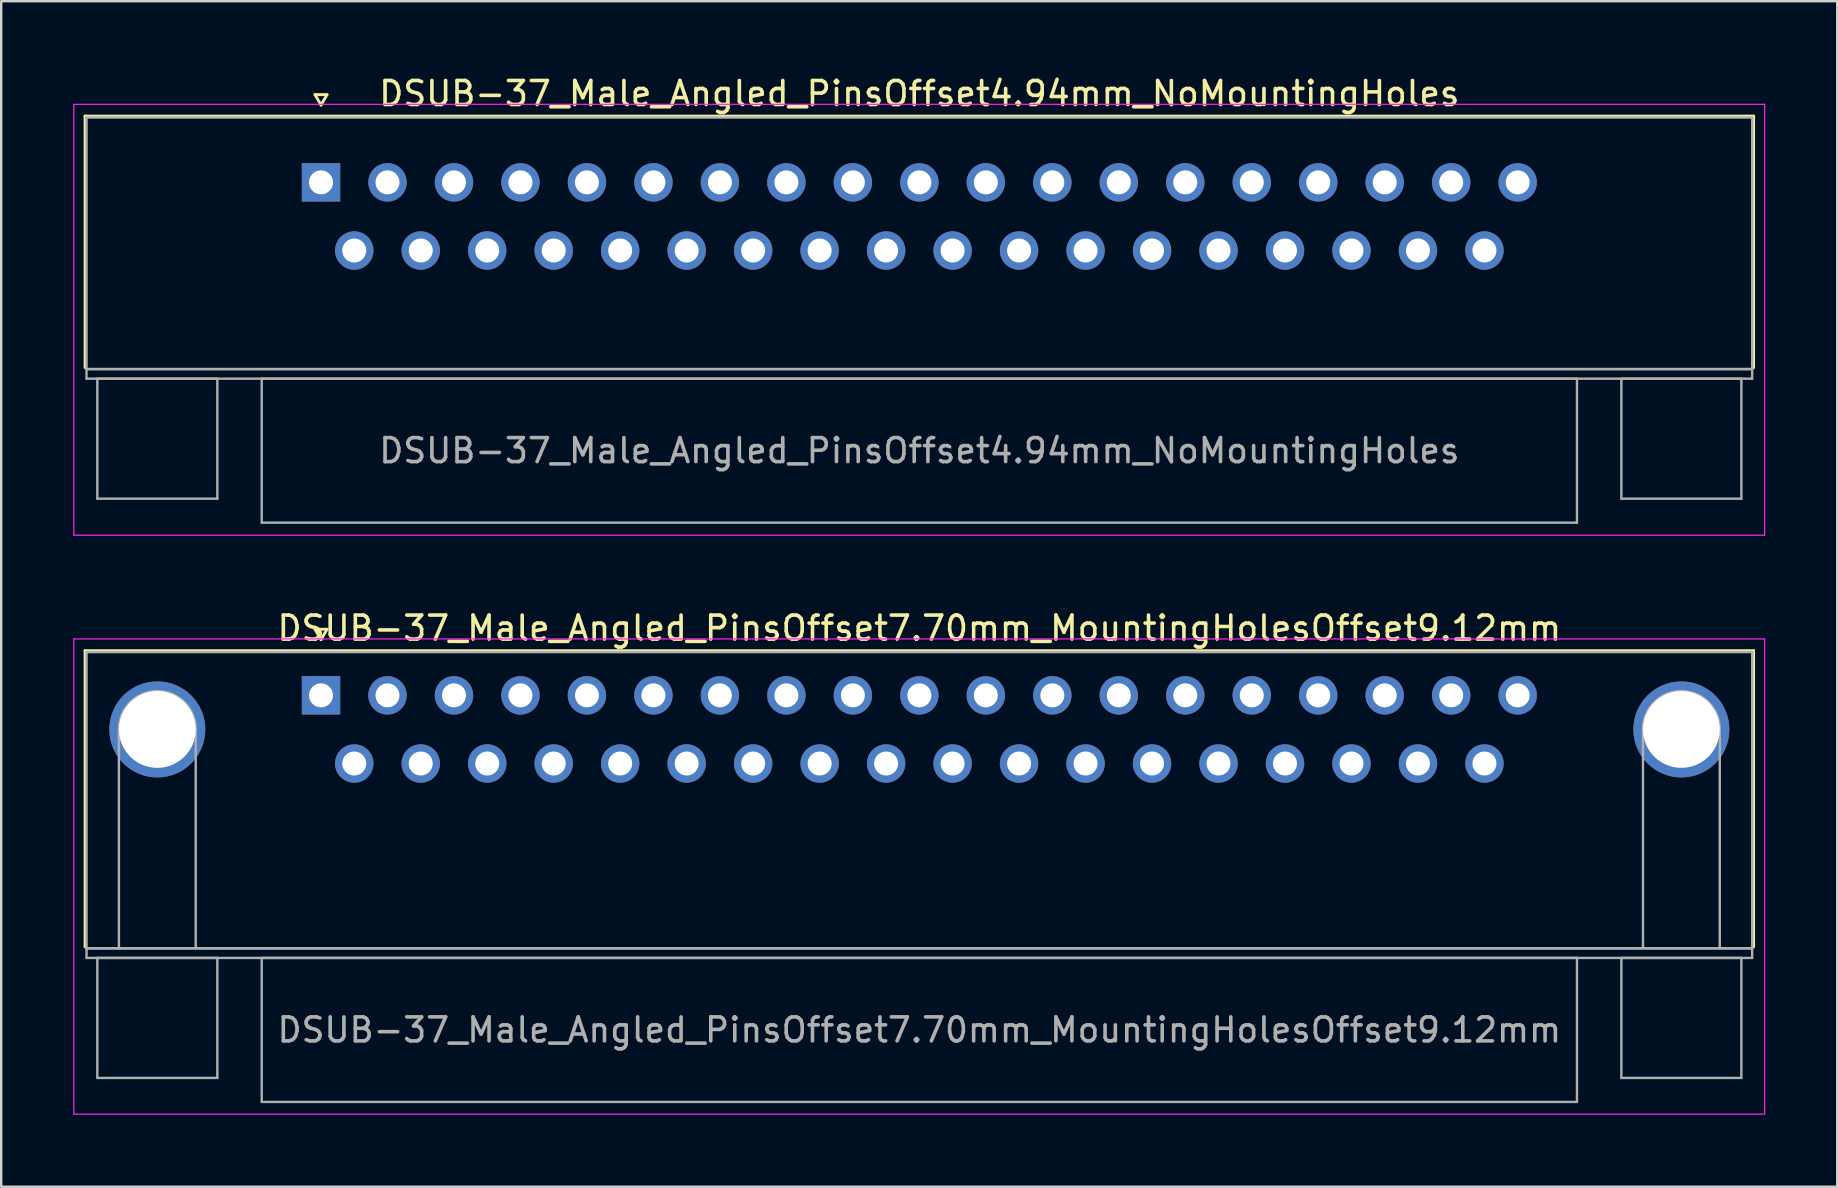
<source format=kicad_pcb>
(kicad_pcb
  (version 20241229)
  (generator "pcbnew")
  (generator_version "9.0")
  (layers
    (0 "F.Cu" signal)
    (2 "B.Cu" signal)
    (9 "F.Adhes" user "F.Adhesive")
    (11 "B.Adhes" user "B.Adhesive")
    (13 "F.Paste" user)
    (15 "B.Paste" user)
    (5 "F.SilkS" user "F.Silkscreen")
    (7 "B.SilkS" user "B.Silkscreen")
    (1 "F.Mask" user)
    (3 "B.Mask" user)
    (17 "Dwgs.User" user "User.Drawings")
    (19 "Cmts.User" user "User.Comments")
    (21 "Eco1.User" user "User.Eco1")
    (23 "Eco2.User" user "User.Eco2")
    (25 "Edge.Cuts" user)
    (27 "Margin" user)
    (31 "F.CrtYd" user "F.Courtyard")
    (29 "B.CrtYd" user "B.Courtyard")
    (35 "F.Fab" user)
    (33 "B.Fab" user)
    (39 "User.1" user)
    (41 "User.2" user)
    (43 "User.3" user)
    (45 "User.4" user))
  (footprint "DSUB-37_Male_Angled_PinsOffset4.94mm_NoMountingHoles"
    (layer "F.Cu")
    (at 10.325 4.548)
    (property "Reference" "DSUB-37_Male_Angled_PinsOffset4.94mm_NoMountingHoles" (at 24.93 -3.7 0) (layer "F.SilkS") (effects (font (size 1 1) (thickness 0.15))))
    (attr through_hole)
    (fp_line (start -9.83 -2.76) (end 59.69 -2.76) (stroke (width 0.12) (type solid)) (layer "F.SilkS"))
    (fp_line (start -9.83 7.72) (end -9.83 -2.76) (stroke (width 0.12) (type solid)) (layer "F.SilkS"))
    (fp_line (start -0.25 -3.654) (end 0.25 -3.654) (stroke (width 0.12) (type solid)) (layer "F.SilkS"))
    (fp_line (start 0 -3.221) (end -0.25 -3.654) (stroke (width 0.12) (type solid)) (layer "F.SilkS"))
    (fp_line (start 0.25 -3.654) (end 0 -3.221) (stroke (width 0.12) (type solid)) (layer "F.SilkS"))
    (fp_line (start 59.69 -2.76) (end 59.69 7.72) (stroke (width 0.12) (type solid)) (layer "F.SilkS"))
    (fp_line (start -10.3 -3.25) (end -10.3 14.7) (stroke (width 0.05) (type solid)) (layer "F.CrtYd"))
    (fp_line (start -10.3 14.7) (end 60.15 14.7) (stroke (width 0.05) (type solid)) (layer "F.CrtYd"))
    (fp_line (start 60.15 -3.25) (end -10.3 -3.25) (stroke (width 0.05) (type solid)) (layer "F.CrtYd"))
    (fp_line (start 60.15 14.7) (end 60.15 -3.25) (stroke (width 0.05) (type solid)) (layer "F.CrtYd"))
    (fp_line (start -9.77 -2.7) (end -9.77 7.78) (stroke (width 0.1) (type solid)) (layer "F.Fab"))
    (fp_line (start -9.77 7.78) (end -9.77 8.18) (stroke (width 0.1) (type solid)) (layer "F.Fab"))
    (fp_line (start -9.77 7.78) (end 59.63 7.78) (stroke (width 0.1) (type solid)) (layer "F.Fab"))
    (fp_line (start -9.77 8.18) (end 59.63 8.18) (stroke (width 0.1) (type solid)) (layer "F.Fab"))
    (fp_line (start -9.32 8.18) (end -9.32 13.18) (stroke (width 0.1) (type solid)) (layer "F.Fab"))
    (fp_line (start -9.32 13.18) (end -4.32 13.18) (stroke (width 0.1) (type solid)) (layer "F.Fab"))
    (fp_line (start -4.32 8.18) (end -9.32 8.18) (stroke (width 0.1) (type solid)) (layer "F.Fab"))
    (fp_line (start -4.32 13.18) (end -4.32 8.18) (stroke (width 0.1) (type solid)) (layer "F.Fab"))
    (fp_line (start -2.47 8.18) (end -2.47 14.18) (stroke (width 0.1) (type solid)) (layer "F.Fab"))
    (fp_line (start -2.47 14.18) (end 52.33 14.18) (stroke (width 0.1) (type solid)) (layer "F.Fab"))
    (fp_line (start 52.33 8.18) (end -2.47 8.18) (stroke (width 0.1) (type solid)) (layer "F.Fab"))
    (fp_line (start 52.33 14.18) (end 52.33 8.18) (stroke (width 0.1) (type solid)) (layer "F.Fab"))
    (fp_line (start 54.18 8.18) (end 54.18 13.18) (stroke (width 0.1) (type solid)) (layer "F.Fab"))
    (fp_line (start 54.18 13.18) (end 59.18 13.18) (stroke (width 0.1) (type solid)) (layer "F.Fab"))
    (fp_line (start 59.18 8.18) (end 54.18 8.18) (stroke (width 0.1) (type solid)) (layer "F.Fab"))
    (fp_line (start 59.18 13.18) (end 59.18 8.18) (stroke (width 0.1) (type solid)) (layer "F.Fab"))
    (fp_line (start 59.63 -2.7) (end -9.77 -2.7) (stroke (width 0.1) (type solid)) (layer "F.Fab"))
    (fp_line (start 59.63 7.78) (end -9.77 7.78) (stroke (width 0.1) (type solid)) (layer "F.Fab"))
    (fp_line (start 59.63 7.78) (end 59.63 -2.7) (stroke (width 0.1) (type solid)) (layer "F.Fab"))
    (fp_line (start 59.63 8.18) (end 59.63 7.78) (stroke (width 0.1) (type solid)) (layer "F.Fab"))
    (fp_text user "${REFERENCE}" (at 24.93 11.18 0) (layer "F.Fab") (effects (font (size 1 1) (thickness 0.15))))
    (pad "1" thru_hole rect (at 0 0) (size 1.6 1.6) (drill 1) (layers "*.Cu" "*.Mask"))
    (pad "2" thru_hole circle (at 2.77 0) (size 1.6 1.6) (drill 1) (layers "*.Cu" "*.Mask"))
    (pad "3" thru_hole circle (at 5.54 0) (size 1.6 1.6) (drill 1) (layers "*.Cu" "*.Mask"))
    (pad "4" thru_hole circle (at 8.31 0) (size 1.6 1.6) (drill 1) (layers "*.Cu" "*.Mask"))
    (pad "5" thru_hole circle (at 11.08 0) (size 1.6 1.6) (drill 1) (layers "*.Cu" "*.Mask"))
    (pad "6" thru_hole circle (at 13.85 0) (size 1.6 1.6) (drill 1) (layers "*.Cu" "*.Mask"))
    (pad "7" thru_hole circle (at 16.62 0) (size 1.6 1.6) (drill 1) (layers "*.Cu" "*.Mask"))
    (pad "8" thru_hole circle (at 19.39 0) (size 1.6 1.6) (drill 1) (layers "*.Cu" "*.Mask"))
    (pad "9" thru_hole circle (at 22.16 0) (size 1.6 1.6) (drill 1) (layers "*.Cu" "*.Mask"))
    (pad "10" thru_hole circle (at 24.93 0) (size 1.6 1.6) (drill 1) (layers "*.Cu" "*.Mask"))
    (pad "11" thru_hole circle (at 27.7 0) (size 1.6 1.6) (drill 1) (layers "*.Cu" "*.Mask"))
    (pad "12" thru_hole circle (at 30.47 0) (size 1.6 1.6) (drill 1) (layers "*.Cu" "*.Mask"))
    (pad "13" thru_hole circle (at 33.24 0) (size 1.6 1.6) (drill 1) (layers "*.Cu" "*.Mask"))
    (pad "14" thru_hole circle (at 36.01 0) (size 1.6 1.6) (drill 1) (layers "*.Cu" "*.Mask"))
    (pad "15" thru_hole circle (at 38.78 0) (size 1.6 1.6) (drill 1) (layers "*.Cu" "*.Mask"))
    (pad "16" thru_hole circle (at 41.55 0) (size 1.6 1.6) (drill 1) (layers "*.Cu" "*.Mask"))
    (pad "17" thru_hole circle (at 44.32 0) (size 1.6 1.6) (drill 1) (layers "*.Cu" "*.Mask"))
    (pad "18" thru_hole circle (at 47.09 0) (size 1.6 1.6) (drill 1) (layers "*.Cu" "*.Mask"))
    (pad "19" thru_hole circle (at 49.86 0) (size 1.6 1.6) (drill 1) (layers "*.Cu" "*.Mask"))
    (pad "20" thru_hole circle (at 1.385 2.84) (size 1.6 1.6) (drill 1) (layers "*.Cu" "*.Mask"))
    (pad "21" thru_hole circle (at 4.155 2.84) (size 1.6 1.6) (drill 1) (layers "*.Cu" "*.Mask"))
    (pad "22" thru_hole circle (at 6.925 2.84) (size 1.6 1.6) (drill 1) (layers "*.Cu" "*.Mask"))
    (pad "23" thru_hole circle (at 9.695 2.84) (size 1.6 1.6) (drill 1) (layers "*.Cu" "*.Mask"))
    (pad "24" thru_hole circle (at 12.465 2.84) (size 1.6 1.6) (drill 1) (layers "*.Cu" "*.Mask"))
    (pad "25" thru_hole circle (at 15.235 2.84) (size 1.6 1.6) (drill 1) (layers "*.Cu" "*.Mask"))
    (pad "26" thru_hole circle (at 18.005 2.84) (size 1.6 1.6) (drill 1) (layers "*.Cu" "*.Mask"))
    (pad "27" thru_hole circle (at 20.775 2.84) (size 1.6 1.6) (drill 1) (layers "*.Cu" "*.Mask"))
    (pad "28" thru_hole circle (at 23.545 2.84) (size 1.6 1.6) (drill 1) (layers "*.Cu" "*.Mask"))
    (pad "29" thru_hole circle (at 26.315 2.84) (size 1.6 1.6) (drill 1) (layers "*.Cu" "*.Mask"))
    (pad "30" thru_hole circle (at 29.085 2.84) (size 1.6 1.6) (drill 1) (layers "*.Cu" "*.Mask"))
    (pad "31" thru_hole circle (at 31.855 2.84) (size 1.6 1.6) (drill 1) (layers "*.Cu" "*.Mask"))
    (pad "32" thru_hole circle (at 34.625 2.84) (size 1.6 1.6) (drill 1) (layers "*.Cu" "*.Mask"))
    (pad "33" thru_hole circle (at 37.395 2.84) (size 1.6 1.6) (drill 1) (layers "*.Cu" "*.Mask"))
    (pad "34" thru_hole circle (at 40.165 2.84) (size 1.6 1.6) (drill 1) (layers "*.Cu" "*.Mask"))
    (pad "35" thru_hole circle (at 42.935 2.84) (size 1.6 1.6) (drill 1) (layers "*.Cu" "*.Mask"))
    (pad "36" thru_hole circle (at 45.705 2.84) (size 1.6 1.6) (drill 1) (layers "*.Cu" "*.Mask"))
    (pad "37" thru_hole circle (at 48.475 2.84) (size 1.6 1.6) (drill 1) (layers "*.Cu" "*.Mask")))
  (footprint "DSUB-37_Male_Angled_PinsOffset7.70mm_MountingHolesOffset9.12mm"
    (layer "F.Cu")
    (at 10.325 25.922)
    (property "Reference" "DSUB-37_Male_Angled_PinsOffset7.70mm_MountingHolesOffset9.12mm" (at 24.93 -2.8 0) (layer "F.SilkS") (effects (font (size 1 1) (thickness 0.15))))
    (attr through_hole)
    (fp_line (start -9.83 -1.86) (end 59.69 -1.86) (stroke (width 0.12) (type solid)) (layer "F.SilkS"))
    (fp_line (start -9.83 10.48) (end -9.83 -1.86) (stroke (width 0.12) (type solid)) (layer "F.SilkS"))
    (fp_line (start -0.25 -2.754) (end 0.25 -2.754) (stroke (width 0.12) (type solid)) (layer "F.SilkS"))
    (fp_line (start 0 -2.321) (end -0.25 -2.754) (stroke (width 0.12) (type solid)) (layer "F.SilkS"))
    (fp_line (start 0.25 -2.754) (end 0 -2.321) (stroke (width 0.12) (type solid)) (layer "F.SilkS"))
    (fp_line (start 59.69 -1.86) (end 59.69 10.48) (stroke (width 0.12) (type solid)) (layer "F.SilkS"))
    (fp_line (start -10.3 -2.35) (end -10.3 17.45) (stroke (width 0.05) (type solid)) (layer "F.CrtYd"))
    (fp_line (start -10.3 17.45) (end 60.15 17.45) (stroke (width 0.05) (type solid)) (layer "F.CrtYd"))
    (fp_line (start 60.15 -2.35) (end -10.3 -2.35) (stroke (width 0.05) (type solid)) (layer "F.CrtYd"))
    (fp_line (start 60.15 17.45) (end 60.15 -2.35) (stroke (width 0.05) (type solid)) (layer "F.CrtYd"))
    (fp_line (start -9.77 -1.8) (end -9.77 10.54) (stroke (width 0.1) (type solid)) (layer "F.Fab"))
    (fp_line (start -9.77 10.54) (end -9.77 10.94) (stroke (width 0.1) (type solid)) (layer "F.Fab"))
    (fp_line (start -9.77 10.54) (end 59.63 10.54) (stroke (width 0.1) (type solid)) (layer "F.Fab"))
    (fp_line (start -9.77 10.94) (end 59.63 10.94) (stroke (width 0.1) (type solid)) (layer "F.Fab"))
    (fp_line (start -9.32 10.94) (end -9.32 15.94) (stroke (width 0.1) (type solid)) (layer "F.Fab"))
    (fp_line (start -9.32 15.94) (end -4.32 15.94) (stroke (width 0.1) (type solid)) (layer "F.Fab"))
    (fp_line (start -8.42 10.54) (end -8.42 1.42) (stroke (width 0.1) (type solid)) (layer "F.Fab"))
    (fp_line (start -5.22 10.54) (end -5.22 1.42) (stroke (width 0.1) (type solid)) (layer "F.Fab"))
    (fp_line (start -4.32 10.94) (end -9.32 10.94) (stroke (width 0.1) (type solid)) (layer "F.Fab"))
    (fp_line (start -4.32 15.94) (end -4.32 10.94) (stroke (width 0.1) (type solid)) (layer "F.Fab"))
    (fp_line (start -2.47 10.94) (end -2.47 16.94) (stroke (width 0.1) (type solid)) (layer "F.Fab"))
    (fp_line (start -2.47 16.94) (end 52.33 16.94) (stroke (width 0.1) (type solid)) (layer "F.Fab"))
    (fp_line (start 52.33 10.94) (end -2.47 10.94) (stroke (width 0.1) (type solid)) (layer "F.Fab"))
    (fp_line (start 52.33 16.94) (end 52.33 10.94) (stroke (width 0.1) (type solid)) (layer "F.Fab"))
    (fp_line (start 54.18 10.94) (end 54.18 15.94) (stroke (width 0.1) (type solid)) (layer "F.Fab"))
    (fp_line (start 54.18 15.94) (end 59.18 15.94) (stroke (width 0.1) (type solid)) (layer "F.Fab"))
    (fp_line (start 55.08 10.54) (end 55.08 1.42) (stroke (width 0.1) (type solid)) (layer "F.Fab"))
    (fp_line (start 58.28 10.54) (end 58.28 1.42) (stroke (width 0.1) (type solid)) (layer "F.Fab"))
    (fp_line (start 59.18 10.94) (end 54.18 10.94) (stroke (width 0.1) (type solid)) (layer "F.Fab"))
    (fp_line (start 59.18 15.94) (end 59.18 10.94) (stroke (width 0.1) (type solid)) (layer "F.Fab"))
    (fp_line (start 59.63 -1.8) (end -9.77 -1.8) (stroke (width 0.1) (type solid)) (layer "F.Fab"))
    (fp_line (start 59.63 10.54) (end -9.77 10.54) (stroke (width 0.1) (type solid)) (layer "F.Fab"))
    (fp_line (start 59.63 10.54) (end 59.63 -1.8) (stroke (width 0.1) (type solid)) (layer "F.Fab"))
    (fp_line (start 59.63 10.94) (end 59.63 10.54) (stroke (width 0.1) (type solid)) (layer "F.Fab"))
    (fp_arc (start -8.42 1.42) (mid -6.82 -0.18) (end -5.22 1.42) (stroke (width 0.1) (type solid)) (layer "F.Fab"))
    (fp_arc (start 55.08 1.42) (mid 56.68 -0.18) (end 58.28 1.42) (stroke (width 0.1) (type solid)) (layer "F.Fab"))
    (fp_text user "${REFERENCE}" (at 24.93 13.94 0) (layer "F.Fab") (effects (font (size 1 1) (thickness 0.15))))
    (pad "0" thru_hole circle (at -6.82 1.42) (size 4 4) (drill 3.2) (layers "*.Cu" "*.Mask"))
    (pad "0" thru_hole circle (at 56.68 1.42) (size 4 4) (drill 3.2) (layers "*.Cu" "*.Mask"))
    (pad "1" thru_hole rect (at 0 0) (size 1.6 1.6) (drill 1) (layers "*.Cu" "*.Mask"))
    (pad "2" thru_hole circle (at 2.77 0) (size 1.6 1.6) (drill 1) (layers "*.Cu" "*.Mask"))
    (pad "3" thru_hole circle (at 5.54 0) (size 1.6 1.6) (drill 1) (layers "*.Cu" "*.Mask"))
    (pad "4" thru_hole circle (at 8.31 0) (size 1.6 1.6) (drill 1) (layers "*.Cu" "*.Mask"))
    (pad "5" thru_hole circle (at 11.08 0) (size 1.6 1.6) (drill 1) (layers "*.Cu" "*.Mask"))
    (pad "6" thru_hole circle (at 13.85 0) (size 1.6 1.6) (drill 1) (layers "*.Cu" "*.Mask"))
    (pad "7" thru_hole circle (at 16.62 0) (size 1.6 1.6) (drill 1) (layers "*.Cu" "*.Mask"))
    (pad "8" thru_hole circle (at 19.39 0) (size 1.6 1.6) (drill 1) (layers "*.Cu" "*.Mask"))
    (pad "9" thru_hole circle (at 22.16 0) (size 1.6 1.6) (drill 1) (layers "*.Cu" "*.Mask"))
    (pad "10" thru_hole circle (at 24.93 0) (size 1.6 1.6) (drill 1) (layers "*.Cu" "*.Mask"))
    (pad "11" thru_hole circle (at 27.7 0) (size 1.6 1.6) (drill 1) (layers "*.Cu" "*.Mask"))
    (pad "12" thru_hole circle (at 30.47 0) (size 1.6 1.6) (drill 1) (layers "*.Cu" "*.Mask"))
    (pad "13" thru_hole circle (at 33.24 0) (size 1.6 1.6) (drill 1) (layers "*.Cu" "*.Mask"))
    (pad "14" thru_hole circle (at 36.01 0) (size 1.6 1.6) (drill 1) (layers "*.Cu" "*.Mask"))
    (pad "15" thru_hole circle (at 38.78 0) (size 1.6 1.6) (drill 1) (layers "*.Cu" "*.Mask"))
    (pad "16" thru_hole circle (at 41.55 0) (size 1.6 1.6) (drill 1) (layers "*.Cu" "*.Mask"))
    (pad "17" thru_hole circle (at 44.32 0) (size 1.6 1.6) (drill 1) (layers "*.Cu" "*.Mask"))
    (pad "18" thru_hole circle (at 47.09 0) (size 1.6 1.6) (drill 1) (layers "*.Cu" "*.Mask"))
    (pad "19" thru_hole circle (at 49.86 0) (size 1.6 1.6) (drill 1) (layers "*.Cu" "*.Mask"))
    (pad "20" thru_hole circle (at 1.385 2.84) (size 1.6 1.6) (drill 1) (layers "*.Cu" "*.Mask"))
    (pad "21" thru_hole circle (at 4.155 2.84) (size 1.6 1.6) (drill 1) (layers "*.Cu" "*.Mask"))
    (pad "22" thru_hole circle (at 6.925 2.84) (size 1.6 1.6) (drill 1) (layers "*.Cu" "*.Mask"))
    (pad "23" thru_hole circle (at 9.695 2.84) (size 1.6 1.6) (drill 1) (layers "*.Cu" "*.Mask"))
    (pad "24" thru_hole circle (at 12.465 2.84) (size 1.6 1.6) (drill 1) (layers "*.Cu" "*.Mask"))
    (pad "25" thru_hole circle (at 15.235 2.84) (size 1.6 1.6) (drill 1) (layers "*.Cu" "*.Mask"))
    (pad "26" thru_hole circle (at 18.005 2.84) (size 1.6 1.6) (drill 1) (layers "*.Cu" "*.Mask"))
    (pad "27" thru_hole circle (at 20.775 2.84) (size 1.6 1.6) (drill 1) (layers "*.Cu" "*.Mask"))
    (pad "28" thru_hole circle (at 23.545 2.84) (size 1.6 1.6) (drill 1) (layers "*.Cu" "*.Mask"))
    (pad "29" thru_hole circle (at 26.315 2.84) (size 1.6 1.6) (drill 1) (layers "*.Cu" "*.Mask"))
    (pad "30" thru_hole circle (at 29.085 2.84) (size 1.6 1.6) (drill 1) (layers "*.Cu" "*.Mask"))
    (pad "31" thru_hole circle (at 31.855 2.84) (size 1.6 1.6) (drill 1) (layers "*.Cu" "*.Mask"))
    (pad "32" thru_hole circle (at 34.625 2.84) (size 1.6 1.6) (drill 1) (layers "*.Cu" "*.Mask"))
    (pad "33" thru_hole circle (at 37.395 2.84) (size 1.6 1.6) (drill 1) (layers "*.Cu" "*.Mask"))
    (pad "34" thru_hole circle (at 40.165 2.84) (size 1.6 1.6) (drill 1) (layers "*.Cu" "*.Mask"))
    (pad "35" thru_hole circle (at 42.935 2.84) (size 1.6 1.6) (drill 1) (layers "*.Cu" "*.Mask"))
    (pad "36" thru_hole circle (at 45.705 2.84) (size 1.6 1.6) (drill 1) (layers "*.Cu" "*.Mask"))
    (pad "37" thru_hole circle (at 48.475 2.84) (size 1.6 1.6) (drill 1) (layers "*.Cu" "*.Mask")))
  (gr_rect
    (start -3 -3)
    (end 73.5 46.397)
    (stroke (width 0.1) (type default))
    (fill no)
    (layer "Edge.Cuts")))
</source>
